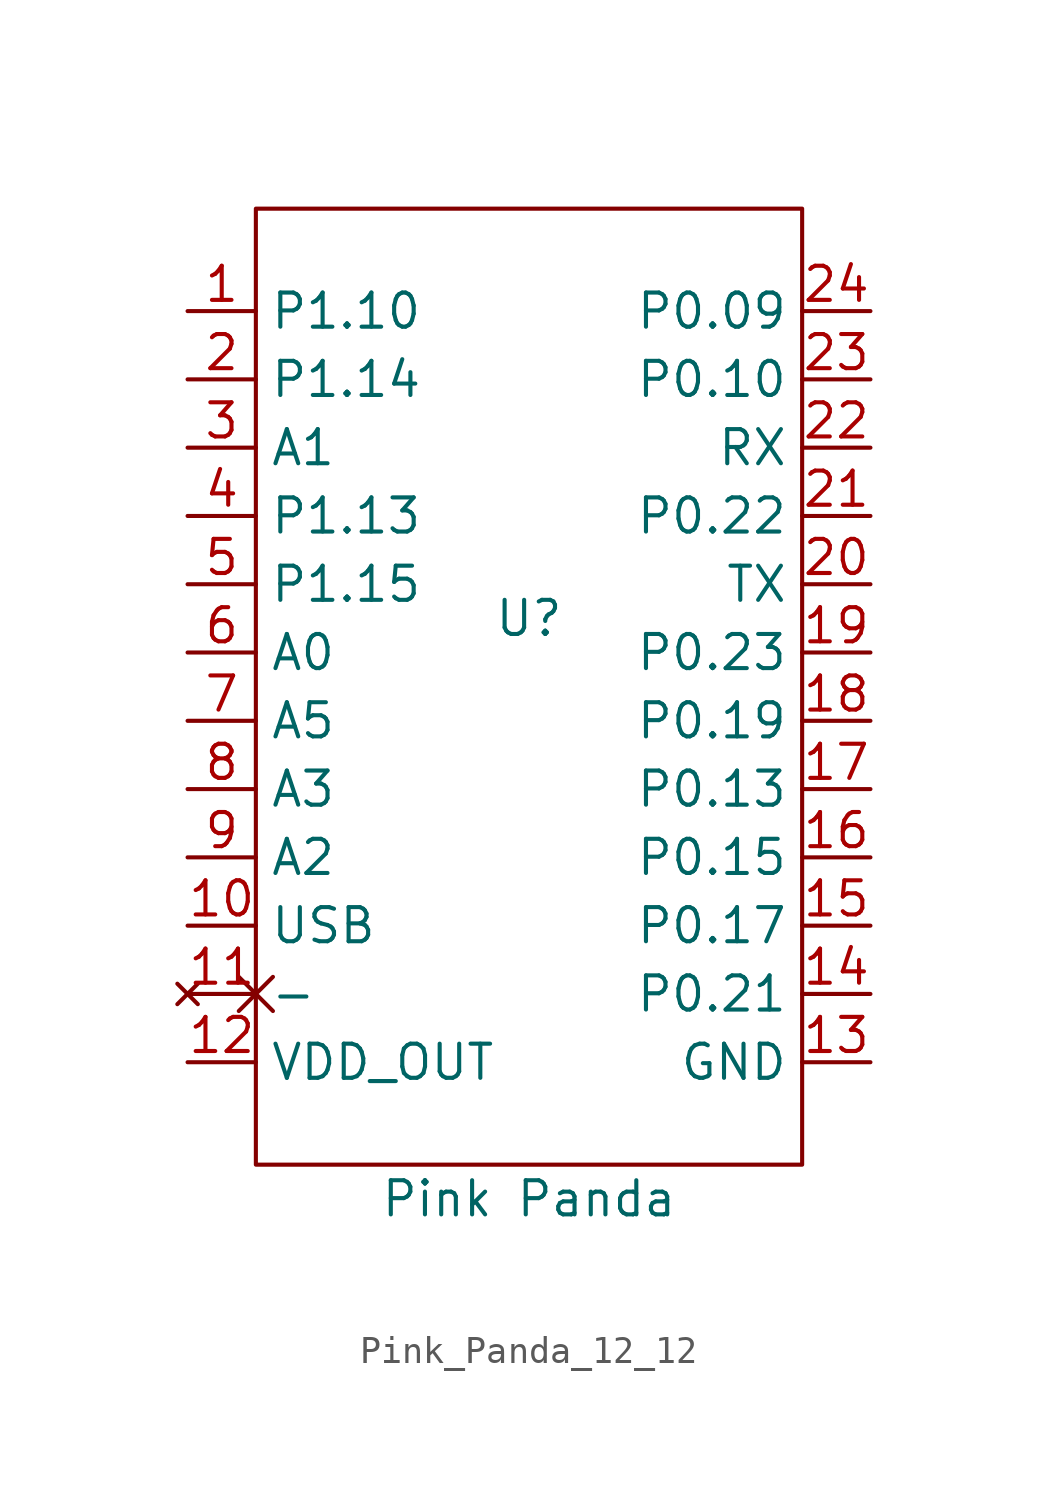
<source format=kicad_sym>
(kicad_symbol_lib
  (version 20220914)
  (generator kicad_symbol_editor)
  (symbol "Pink_Panda_12_12"
    (property "Reference" "U"
      (at 0 0 0)
      (effects (font (size 1.27 1.27))))
    (property "Value" "Pink Panda"
      (at 0 -21.59 0)
      (effects (font (size 1.27 1.27))))
    (symbol "Pink_Panda_12_12_0_1"
      (rectangle (start -10.16 15.24) (end 10.16 -20.32) (stroke (width 0) (type default)) (fill (type none))))
    (symbol "Pink_Panda_12_12_1_0"
      (pin bidirectional line (at -12.7 11.43 0) (length 2.54) (name "P1.10" (effects (font (size 1.27 1.27)))) (number "1" (effects (font (size 1.27 1.27)))))
      (pin power_out line (at -12.7 -11.43 0) (length 2.54) (name "USB" (effects (font (size 1.27 1.27)))) (number "10" (effects (font (size 1.27 1.27)))) (alternate "USB" power_in line))
      (pin no_connect non_logic (at -12.7 -13.97 0) (length 2.54) (name "-" (effects (font (size 1.27 1.27)))) (number "11" (effects (font (size 1.27 1.27)))))
      (pin power_out line (at -12.7 -16.51 0) (length 2.54) (name "VDD_OUT" (effects (font (size 1.27 1.27)))) (number "12" (effects (font (size 1.27 1.27)))) (alternate "VDD_IN" power_in line))
      (pin power_in line (at 12.7 -16.51 180) (length 2.54) (name "GND" (effects (font (size 1.27 1.27)))) (number "13" (effects (font (size 1.27 1.27)))))
      (pin bidirectional line (at 12.7 -13.97 180) (length 2.54) (name "P0.21" (effects (font (size 1.27 1.27)))) (number "14" (effects (font (size 1.27 1.27)))))
      (pin bidirectional line (at 12.7 -11.43 180) (length 2.54) (name "P0.17" (effects (font (size 1.27 1.27)))) (number "15" (effects (font (size 1.27 1.27)))))
      (pin bidirectional line (at 12.7 -8.89 180) (length 2.54) (name "P0.15" (effects (font (size 1.27 1.27)))) (number "16" (effects (font (size 1.27 1.27)))))
      (pin bidirectional line (at 12.7 -6.35 180) (length 2.54) (name "P0.13" (effects (font (size 1.27 1.27)))) (number "17" (effects (font (size 1.27 1.27)))))
      (pin bidirectional line (at 12.7 -3.81 180) (length 2.54) (name "P0.19" (effects (font (size 1.27 1.27)))) (number "18" (effects (font (size 1.27 1.27)))))
      (pin bidirectional line (at 12.7 -1.27 180) (length 2.54) (name "P0.23" (effects (font (size 1.27 1.27)))) (number "19" (effects (font (size 1.27 1.27)))))
      (pin bidirectional line (at -12.7 8.89 0) (length 2.54) (name "P1.14" (effects (font (size 1.27 1.27)))) (number "2" (effects (font (size 1.27 1.27)))))
      (pin output line (at 12.7 1.27 180) (length 2.54) (name "TX" (effects (font (size 1.27 1.27)))) (number "20" (effects (font (size 1.27 1.27)))) (alternate "P0.20" bidirectional line))
      (pin bidirectional line (at 12.7 3.81 180) (length 2.54) (name "P0.22" (effects (font (size 1.27 1.27)))) (number "21" (effects (font (size 1.27 1.27)))))
      (pin input line (at 12.7 6.35 180) (length 2.54) (name "RX" (effects (font (size 1.27 1.27)))) (number "22" (effects (font (size 1.27 1.27)))) (alternate "P0.24" bidirectional line))
      (pin bidirectional line (at 12.7 8.89 180) (length 2.54) (name "P0.10" (effects (font (size 1.27 1.27)))) (number "23" (effects (font (size 1.27 1.27)))) (alternate "NFC2" bidirectional line))
      (pin bidirectional line (at 12.7 11.43 180) (length 2.54) (name "P0.09" (effects (font (size 1.27 1.27)))) (number "24" (effects (font (size 1.27 1.27)))) (alternate "NFC1" bidirectional line))
      (pin input line (at -12.7 6.35 0) (length 2.54) (name "A1" (effects (font (size 1.27 1.27)))) (number "3" (effects (font (size 1.27 1.27)))) (alternate "P0.03" bidirectional line))
      (pin bidirectional line (at -12.7 3.81 0) (length 2.54) (name "P1.13" (effects (font (size 1.27 1.27)))) (number "4" (effects (font (size 1.27 1.27)))))
      (pin bidirectional line (at -12.7 1.27 0) (length 2.54) (name "P1.15" (effects (font (size 1.27 1.27)))) (number "5" (effects (font (size 1.27 1.27)))))
      (pin input line (at -12.7 -1.27 0) (length 2.54) (name "A0" (effects (font (size 1.27 1.27)))) (number "6" (effects (font (size 1.27 1.27)))) (alternate "P0.02" bidirectional line))
      (pin input line (at -12.7 -3.81 0) (length 2.54) (name "A5" (effects (font (size 1.27 1.27)))) (number "7" (effects (font (size 1.27 1.27)))) (alternate "P0.29" bidirectional line))
      (pin input line (at -12.7 -6.35 0) (length 2.54) (name "A3" (effects (font (size 1.27 1.27)))) (number "8" (effects (font (size 1.27 1.27)))) (alternate "P0.05" bidirectional line))
      (pin input line (at -12.7 -8.89 0) (length 2.54) (name "A2" (effects (font (size 1.27 1.27)))) (number "9" (effects (font (size 1.27 1.27)))) (alternate "P0.04" bidirectional line)))))
</source>
